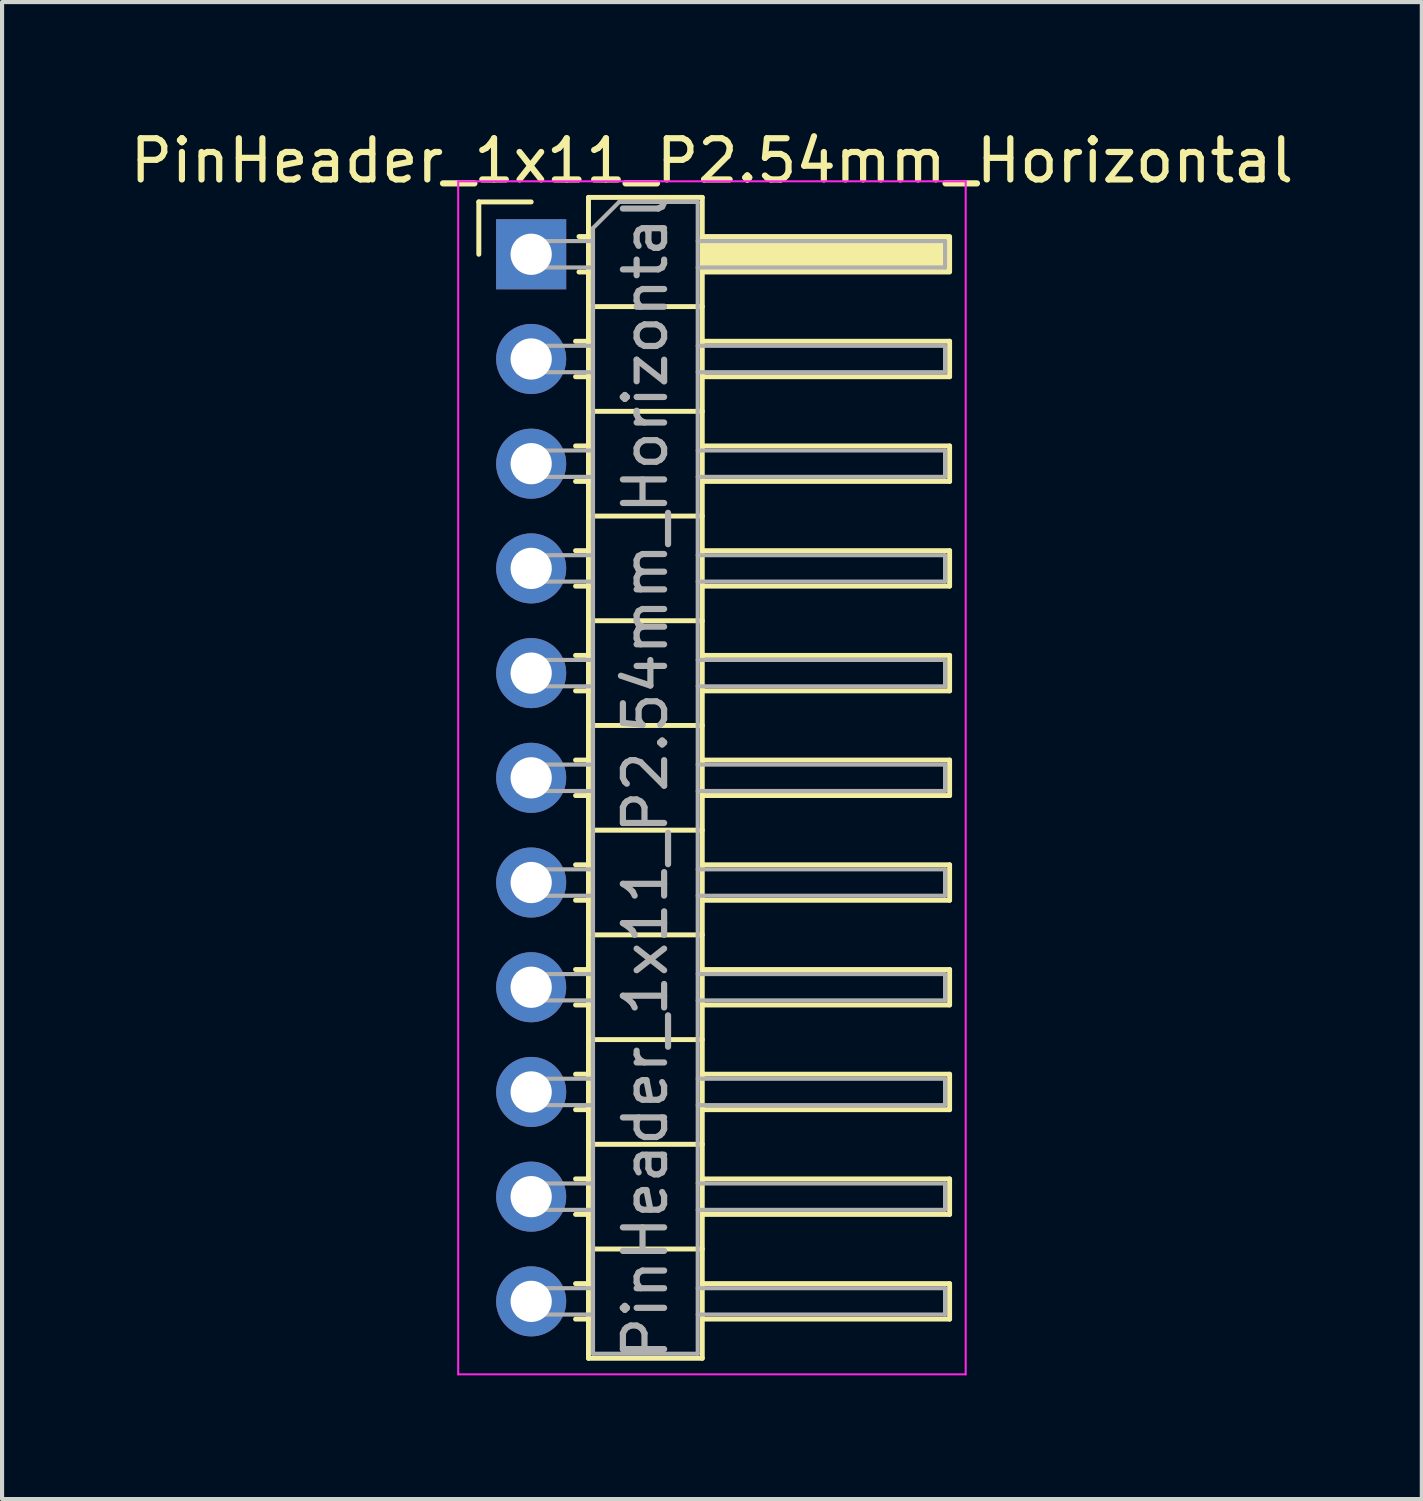
<source format=kicad_pcb>
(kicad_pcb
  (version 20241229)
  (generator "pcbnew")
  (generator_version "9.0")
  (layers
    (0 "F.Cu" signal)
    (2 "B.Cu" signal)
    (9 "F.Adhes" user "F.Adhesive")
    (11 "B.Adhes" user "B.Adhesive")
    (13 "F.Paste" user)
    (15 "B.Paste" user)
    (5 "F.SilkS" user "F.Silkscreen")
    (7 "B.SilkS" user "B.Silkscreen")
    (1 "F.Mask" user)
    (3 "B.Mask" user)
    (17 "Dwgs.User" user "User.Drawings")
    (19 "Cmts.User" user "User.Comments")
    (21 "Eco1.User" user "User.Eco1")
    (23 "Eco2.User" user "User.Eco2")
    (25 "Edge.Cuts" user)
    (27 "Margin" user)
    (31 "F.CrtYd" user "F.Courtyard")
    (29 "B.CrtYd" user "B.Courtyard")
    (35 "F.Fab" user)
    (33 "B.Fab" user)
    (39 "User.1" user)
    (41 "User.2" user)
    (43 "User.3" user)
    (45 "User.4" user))
  (footprint "PinHeader_1x11_P2.54mm_Horizontal"
    (layer "F.Cu")
    (at 9.835 3.118)
    (property "Reference" "PinHeader_1x11_P2.54mm_Horizontal" (at 4.385 -2.27 0) (layer "F.SilkS") (effects (font (size 1 1) (thickness 0.15))))
    (attr through_hole)
    (fp_line (start -1.27 -1.27) (end 0 -1.27) (stroke (width 0.12) (type solid)) (layer "F.SilkS"))
    (fp_line (start -1.27 0) (end -1.27 -1.27) (stroke (width 0.12) (type solid)) (layer "F.SilkS"))
    (fp_line (start 1.077 2.11) (end 1.39 2.11) (stroke (width 0.12) (type solid)) (layer "F.SilkS"))
    (fp_line (start 1.077 2.97) (end 1.39 2.97) (stroke (width 0.12) (type solid)) (layer "F.SilkS"))
    (fp_line (start 1.077 4.65) (end 1.39 4.65) (stroke (width 0.12) (type solid)) (layer "F.SilkS"))
    (fp_line (start 1.077 5.51) (end 1.39 5.51) (stroke (width 0.12) (type solid)) (layer "F.SilkS"))
    (fp_line (start 1.077 7.19) (end 1.39 7.19) (stroke (width 0.12) (type solid)) (layer "F.SilkS"))
    (fp_line (start 1.077 8.05) (end 1.39 8.05) (stroke (width 0.12) (type solid)) (layer "F.SilkS"))
    (fp_line (start 1.077 9.73) (end 1.39 9.73) (stroke (width 0.12) (type solid)) (layer "F.SilkS"))
    (fp_line (start 1.077 10.59) (end 1.39 10.59) (stroke (width 0.12) (type solid)) (layer "F.SilkS"))
    (fp_line (start 1.077 12.27) (end 1.39 12.27) (stroke (width 0.12) (type solid)) (layer "F.SilkS"))
    (fp_line (start 1.077 13.13) (end 1.39 13.13) (stroke (width 0.12) (type solid)) (layer "F.SilkS"))
    (fp_line (start 1.077 14.81) (end 1.39 14.81) (stroke (width 0.12) (type solid)) (layer "F.SilkS"))
    (fp_line (start 1.077 15.67) (end 1.39 15.67) (stroke (width 0.12) (type solid)) (layer "F.SilkS"))
    (fp_line (start 1.077 17.35) (end 1.39 17.35) (stroke (width 0.12) (type solid)) (layer "F.SilkS"))
    (fp_line (start 1.077 18.21) (end 1.39 18.21) (stroke (width 0.12) (type solid)) (layer "F.SilkS"))
    (fp_line (start 1.077 19.89) (end 1.39 19.89) (stroke (width 0.12) (type solid)) (layer "F.SilkS"))
    (fp_line (start 1.077 20.75) (end 1.39 20.75) (stroke (width 0.12) (type solid)) (layer "F.SilkS"))
    (fp_line (start 1.077 22.43) (end 1.39 22.43) (stroke (width 0.12) (type solid)) (layer "F.SilkS"))
    (fp_line (start 1.077 23.29) (end 1.39 23.29) (stroke (width 0.12) (type solid)) (layer "F.SilkS"))
    (fp_line (start 1.077 24.97) (end 1.39 24.97) (stroke (width 0.12) (type solid)) (layer "F.SilkS"))
    (fp_line (start 1.077 25.83) (end 1.39 25.83) (stroke (width 0.12) (type solid)) (layer "F.SilkS"))
    (fp_line (start 1.16 -0.43) (end 1.39 -0.43) (stroke (width 0.12) (type solid)) (layer "F.SilkS"))
    (fp_line (start 1.16 0.43) (end 1.39 0.43) (stroke (width 0.12) (type solid)) (layer "F.SilkS"))
    (fp_line (start 1.39 -1.38) (end 1.39 26.78) (stroke (width 0.12) (type solid)) (layer "F.SilkS"))
    (fp_line (start 1.39 1.27) (end 4.15 1.27) (stroke (width 0.12) (type solid)) (layer "F.SilkS"))
    (fp_line (start 1.39 3.81) (end 4.15 3.81) (stroke (width 0.12) (type solid)) (layer "F.SilkS"))
    (fp_line (start 1.39 6.35) (end 4.15 6.35) (stroke (width 0.12) (type solid)) (layer "F.SilkS"))
    (fp_line (start 1.39 8.89) (end 4.15 8.89) (stroke (width 0.12) (type solid)) (layer "F.SilkS"))
    (fp_line (start 1.39 11.43) (end 4.15 11.43) (stroke (width 0.12) (type solid)) (layer "F.SilkS"))
    (fp_line (start 1.39 13.97) (end 4.15 13.97) (stroke (width 0.12) (type solid)) (layer "F.SilkS"))
    (fp_line (start 1.39 16.51) (end 4.15 16.51) (stroke (width 0.12) (type solid)) (layer "F.SilkS"))
    (fp_line (start 1.39 19.05) (end 4.15 19.05) (stroke (width 0.12) (type solid)) (layer "F.SilkS"))
    (fp_line (start 1.39 21.59) (end 4.15 21.59) (stroke (width 0.12) (type solid)) (layer "F.SilkS"))
    (fp_line (start 1.39 24.13) (end 4.15 24.13) (stroke (width 0.12) (type solid)) (layer "F.SilkS"))
    (fp_line (start 1.39 26.78) (end 4.15 26.78) (stroke (width 0.12) (type solid)) (layer "F.SilkS"))
    (fp_line (start 4.15 -1.38) (end 1.39 -1.38) (stroke (width 0.12) (type solid)) (layer "F.SilkS"))
    (fp_line (start 4.15 2.11) (end 10.15 2.11) (stroke (width 0.12) (type solid)) (layer "F.SilkS"))
    (fp_line (start 4.15 4.65) (end 10.15 4.65) (stroke (width 0.12) (type solid)) (layer "F.SilkS"))
    (fp_line (start 4.15 7.19) (end 10.15 7.19) (stroke (width 0.12) (type solid)) (layer "F.SilkS"))
    (fp_line (start 4.15 9.73) (end 10.15 9.73) (stroke (width 0.12) (type solid)) (layer "F.SilkS"))
    (fp_line (start 4.15 12.27) (end 10.15 12.27) (stroke (width 0.12) (type solid)) (layer "F.SilkS"))
    (fp_line (start 4.15 14.81) (end 10.15 14.81) (stroke (width 0.12) (type solid)) (layer "F.SilkS"))
    (fp_line (start 4.15 17.35) (end 10.15 17.35) (stroke (width 0.12) (type solid)) (layer "F.SilkS"))
    (fp_line (start 4.15 19.89) (end 10.15 19.89) (stroke (width 0.12) (type solid)) (layer "F.SilkS"))
    (fp_line (start 4.15 22.43) (end 10.15 22.43) (stroke (width 0.12) (type solid)) (layer "F.SilkS"))
    (fp_line (start 4.15 24.97) (end 10.15 24.97) (stroke (width 0.12) (type solid)) (layer "F.SilkS"))
    (fp_line (start 4.15 26.78) (end 4.15 -1.38) (stroke (width 0.12) (type solid)) (layer "F.SilkS"))
    (fp_line (start 10.15 2.11) (end 10.15 2.97) (stroke (width 0.12) (type solid)) (layer "F.SilkS"))
    (fp_line (start 10.15 2.97) (end 4.15 2.97) (stroke (width 0.12) (type solid)) (layer "F.SilkS"))
    (fp_line (start 10.15 4.65) (end 10.15 5.51) (stroke (width 0.12) (type solid)) (layer "F.SilkS"))
    (fp_line (start 10.15 5.51) (end 4.15 5.51) (stroke (width 0.12) (type solid)) (layer "F.SilkS"))
    (fp_line (start 10.15 7.19) (end 10.15 8.05) (stroke (width 0.12) (type solid)) (layer "F.SilkS"))
    (fp_line (start 10.15 8.05) (end 4.15 8.05) (stroke (width 0.12) (type solid)) (layer "F.SilkS"))
    (fp_line (start 10.15 9.73) (end 10.15 10.59) (stroke (width 0.12) (type solid)) (layer "F.SilkS"))
    (fp_line (start 10.15 10.59) (end 4.15 10.59) (stroke (width 0.12) (type solid)) (layer "F.SilkS"))
    (fp_line (start 10.15 12.27) (end 10.15 13.13) (stroke (width 0.12) (type solid)) (layer "F.SilkS"))
    (fp_line (start 10.15 13.13) (end 4.15 13.13) (stroke (width 0.12) (type solid)) (layer "F.SilkS"))
    (fp_line (start 10.15 14.81) (end 10.15 15.67) (stroke (width 0.12) (type solid)) (layer "F.SilkS"))
    (fp_line (start 10.15 15.67) (end 4.15 15.67) (stroke (width 0.12) (type solid)) (layer "F.SilkS"))
    (fp_line (start 10.15 17.35) (end 10.15 18.21) (stroke (width 0.12) (type solid)) (layer "F.SilkS"))
    (fp_line (start 10.15 18.21) (end 4.15 18.21) (stroke (width 0.12) (type solid)) (layer "F.SilkS"))
    (fp_line (start 10.15 19.89) (end 10.15 20.75) (stroke (width 0.12) (type solid)) (layer "F.SilkS"))
    (fp_line (start 10.15 20.75) (end 4.15 20.75) (stroke (width 0.12) (type solid)) (layer "F.SilkS"))
    (fp_line (start 10.15 22.43) (end 10.15 23.29) (stroke (width 0.12) (type solid)) (layer "F.SilkS"))
    (fp_line (start 10.15 23.29) (end 4.15 23.29) (stroke (width 0.12) (type solid)) (layer "F.SilkS"))
    (fp_line (start 10.15 24.97) (end 10.15 25.83) (stroke (width 0.12) (type solid)) (layer "F.SilkS"))
    (fp_line (start 10.15 25.83) (end 4.15 25.83) (stroke (width 0.12) (type solid)) (layer "F.SilkS"))
    (fp_rect (start 4.15 -0.43) (end 10.15 0.43) (stroke (width 0.12) (type solid)) (fill yes) (layer "F.SilkS"))
    (fp_line (start -1.77 -1.77) (end -1.77 27.17) (stroke (width 0.05) (type solid)) (layer "F.CrtYd"))
    (fp_line (start -1.77 27.17) (end 10.54 27.17) (stroke (width 0.05) (type solid)) (layer "F.CrtYd"))
    (fp_line (start 10.54 -1.77) (end -1.77 -1.77) (stroke (width 0.05) (type solid)) (layer "F.CrtYd"))
    (fp_line (start 10.54 27.17) (end 10.54 -1.77) (stroke (width 0.05) (type solid)) (layer "F.CrtYd"))
    (fp_line (start -0.32 -0.32) (end -0.32 0.32) (stroke (width 0.1) (type solid)) (layer "F.Fab"))
    (fp_line (start -0.32 -0.32) (end 1.5 -0.32) (stroke (width 0.1) (type solid)) (layer "F.Fab"))
    (fp_line (start -0.32 0.32) (end 1.5 0.32) (stroke (width 0.1) (type solid)) (layer "F.Fab"))
    (fp_line (start -0.32 2.22) (end -0.32 2.86) (stroke (width 0.1) (type solid)) (layer "F.Fab"))
    (fp_line (start -0.32 2.22) (end 1.5 2.22) (stroke (width 0.1) (type solid)) (layer "F.Fab"))
    (fp_line (start -0.32 2.86) (end 1.5 2.86) (stroke (width 0.1) (type solid)) (layer "F.Fab"))
    (fp_line (start -0.32 4.76) (end -0.32 5.4) (stroke (width 0.1) (type solid)) (layer "F.Fab"))
    (fp_line (start -0.32 4.76) (end 1.5 4.76) (stroke (width 0.1) (type solid)) (layer "F.Fab"))
    (fp_line (start -0.32 5.4) (end 1.5 5.4) (stroke (width 0.1) (type solid)) (layer "F.Fab"))
    (fp_line (start -0.32 7.3) (end -0.32 7.94) (stroke (width 0.1) (type solid)) (layer "F.Fab"))
    (fp_line (start -0.32 7.3) (end 1.5 7.3) (stroke (width 0.1) (type solid)) (layer "F.Fab"))
    (fp_line (start -0.32 7.94) (end 1.5 7.94) (stroke (width 0.1) (type solid)) (layer "F.Fab"))
    (fp_line (start -0.32 9.84) (end -0.32 10.48) (stroke (width 0.1) (type solid)) (layer "F.Fab"))
    (fp_line (start -0.32 9.84) (end 1.5 9.84) (stroke (width 0.1) (type solid)) (layer "F.Fab"))
    (fp_line (start -0.32 10.48) (end 1.5 10.48) (stroke (width 0.1) (type solid)) (layer "F.Fab"))
    (fp_line (start -0.32 12.38) (end -0.32 13.02) (stroke (width 0.1) (type solid)) (layer "F.Fab"))
    (fp_line (start -0.32 12.38) (end 1.5 12.38) (stroke (width 0.1) (type solid)) (layer "F.Fab"))
    (fp_line (start -0.32 13.02) (end 1.5 13.02) (stroke (width 0.1) (type solid)) (layer "F.Fab"))
    (fp_line (start -0.32 14.92) (end -0.32 15.56) (stroke (width 0.1) (type solid)) (layer "F.Fab"))
    (fp_line (start -0.32 14.92) (end 1.5 14.92) (stroke (width 0.1) (type solid)) (layer "F.Fab"))
    (fp_line (start -0.32 15.56) (end 1.5 15.56) (stroke (width 0.1) (type solid)) (layer "F.Fab"))
    (fp_line (start -0.32 17.46) (end -0.32 18.1) (stroke (width 0.1) (type solid)) (layer "F.Fab"))
    (fp_line (start -0.32 17.46) (end 1.5 17.46) (stroke (width 0.1) (type solid)) (layer "F.Fab"))
    (fp_line (start -0.32 18.1) (end 1.5 18.1) (stroke (width 0.1) (type solid)) (layer "F.Fab"))
    (fp_line (start -0.32 20) (end -0.32 20.64) (stroke (width 0.1) (type solid)) (layer "F.Fab"))
    (fp_line (start -0.32 20) (end 1.5 20) (stroke (width 0.1) (type solid)) (layer "F.Fab"))
    (fp_line (start -0.32 20.64) (end 1.5 20.64) (stroke (width 0.1) (type solid)) (layer "F.Fab"))
    (fp_line (start -0.32 22.54) (end -0.32 23.18) (stroke (width 0.1) (type solid)) (layer "F.Fab"))
    (fp_line (start -0.32 22.54) (end 1.5 22.54) (stroke (width 0.1) (type solid)) (layer "F.Fab"))
    (fp_line (start -0.32 23.18) (end 1.5 23.18) (stroke (width 0.1) (type solid)) (layer "F.Fab"))
    (fp_line (start -0.32 25.08) (end -0.32 25.72) (stroke (width 0.1) (type solid)) (layer "F.Fab"))
    (fp_line (start -0.32 25.08) (end 1.5 25.08) (stroke (width 0.1) (type solid)) (layer "F.Fab"))
    (fp_line (start -0.32 25.72) (end 1.5 25.72) (stroke (width 0.1) (type solid)) (layer "F.Fab"))
    (fp_line (start 1.5 -0.635) (end 2.135 -1.27) (stroke (width 0.1) (type solid)) (layer "F.Fab"))
    (fp_line (start 1.5 26.67) (end 1.5 -0.635) (stroke (width 0.1) (type solid)) (layer "F.Fab"))
    (fp_line (start 2.135 -1.27) (end 4.04 -1.27) (stroke (width 0.1) (type solid)) (layer "F.Fab"))
    (fp_line (start 4.04 -1.27) (end 4.04 26.67) (stroke (width 0.1) (type solid)) (layer "F.Fab"))
    (fp_line (start 4.04 -0.32) (end 10.04 -0.32) (stroke (width 0.1) (type solid)) (layer "F.Fab"))
    (fp_line (start 4.04 0.32) (end 10.04 0.32) (stroke (width 0.1) (type solid)) (layer "F.Fab"))
    (fp_line (start 4.04 2.22) (end 10.04 2.22) (stroke (width 0.1) (type solid)) (layer "F.Fab"))
    (fp_line (start 4.04 2.86) (end 10.04 2.86) (stroke (width 0.1) (type solid)) (layer "F.Fab"))
    (fp_line (start 4.04 4.76) (end 10.04 4.76) (stroke (width 0.1) (type solid)) (layer "F.Fab"))
    (fp_line (start 4.04 5.4) (end 10.04 5.4) (stroke (width 0.1) (type solid)) (layer "F.Fab"))
    (fp_line (start 4.04 7.3) (end 10.04 7.3) (stroke (width 0.1) (type solid)) (layer "F.Fab"))
    (fp_line (start 4.04 7.94) (end 10.04 7.94) (stroke (width 0.1) (type solid)) (layer "F.Fab"))
    (fp_line (start 4.04 9.84) (end 10.04 9.84) (stroke (width 0.1) (type solid)) (layer "F.Fab"))
    (fp_line (start 4.04 10.48) (end 10.04 10.48) (stroke (width 0.1) (type solid)) (layer "F.Fab"))
    (fp_line (start 4.04 12.38) (end 10.04 12.38) (stroke (width 0.1) (type solid)) (layer "F.Fab"))
    (fp_line (start 4.04 13.02) (end 10.04 13.02) (stroke (width 0.1) (type solid)) (layer "F.Fab"))
    (fp_line (start 4.04 14.92) (end 10.04 14.92) (stroke (width 0.1) (type solid)) (layer "F.Fab"))
    (fp_line (start 4.04 15.56) (end 10.04 15.56) (stroke (width 0.1) (type solid)) (layer "F.Fab"))
    (fp_line (start 4.04 17.46) (end 10.04 17.46) (stroke (width 0.1) (type solid)) (layer "F.Fab"))
    (fp_line (start 4.04 18.1) (end 10.04 18.1) (stroke (width 0.1) (type solid)) (layer "F.Fab"))
    (fp_line (start 4.04 20) (end 10.04 20) (stroke (width 0.1) (type solid)) (layer "F.Fab"))
    (fp_line (start 4.04 20.64) (end 10.04 20.64) (stroke (width 0.1) (type solid)) (layer "F.Fab"))
    (fp_line (start 4.04 22.54) (end 10.04 22.54) (stroke (width 0.1) (type solid)) (layer "F.Fab"))
    (fp_line (start 4.04 23.18) (end 10.04 23.18) (stroke (width 0.1) (type solid)) (layer "F.Fab"))
    (fp_line (start 4.04 25.08) (end 10.04 25.08) (stroke (width 0.1) (type solid)) (layer "F.Fab"))
    (fp_line (start 4.04 25.72) (end 10.04 25.72) (stroke (width 0.1) (type solid)) (layer "F.Fab"))
    (fp_line (start 4.04 26.67) (end 1.5 26.67) (stroke (width 0.1) (type solid)) (layer "F.Fab"))
    (fp_line (start 10.04 -0.32) (end 10.04 0.32) (stroke (width 0.1) (type solid)) (layer "F.Fab"))
    (fp_line (start 10.04 2.22) (end 10.04 2.86) (stroke (width 0.1) (type solid)) (layer "F.Fab"))
    (fp_line (start 10.04 4.76) (end 10.04 5.4) (stroke (width 0.1) (type solid)) (layer "F.Fab"))
    (fp_line (start 10.04 7.3) (end 10.04 7.94) (stroke (width 0.1) (type solid)) (layer "F.Fab"))
    (fp_line (start 10.04 9.84) (end 10.04 10.48) (stroke (width 0.1) (type solid)) (layer "F.Fab"))
    (fp_line (start 10.04 12.38) (end 10.04 13.02) (stroke (width 0.1) (type solid)) (layer "F.Fab"))
    (fp_line (start 10.04 14.92) (end 10.04 15.56) (stroke (width 0.1) (type solid)) (layer "F.Fab"))
    (fp_line (start 10.04 17.46) (end 10.04 18.1) (stroke (width 0.1) (type solid)) (layer "F.Fab"))
    (fp_line (start 10.04 20) (end 10.04 20.64) (stroke (width 0.1) (type solid)) (layer "F.Fab"))
    (fp_line (start 10.04 22.54) (end 10.04 23.18) (stroke (width 0.1) (type solid)) (layer "F.Fab"))
    (fp_line (start 10.04 25.08) (end 10.04 25.72) (stroke (width 0.1) (type solid)) (layer "F.Fab"))
    (fp_text user "${REFERENCE}" (at 2.77 12.7 90) (layer "F.Fab") (effects (font (size 1 1) (thickness 0.15))))
    (pad "1" thru_hole rect (at 0 0) (size 1.7 1.7) (drill 1) (layers "*.Cu" "*.Mask"))
    (pad "2" thru_hole circle (at 0 2.54) (size 1.7 1.7) (drill 1) (layers "*.Cu" "*.Mask"))
    (pad "3" thru_hole circle (at 0 5.08) (size 1.7 1.7) (drill 1) (layers "*.Cu" "*.Mask"))
    (pad "4" thru_hole circle (at 0 7.62) (size 1.7 1.7) (drill 1) (layers "*.Cu" "*.Mask"))
    (pad "5" thru_hole circle (at 0 10.16) (size 1.7 1.7) (drill 1) (layers "*.Cu" "*.Mask"))
    (pad "6" thru_hole circle (at 0 12.7) (size 1.7 1.7) (drill 1) (layers "*.Cu" "*.Mask"))
    (pad "7" thru_hole circle (at 0 15.24) (size 1.7 1.7) (drill 1) (layers "*.Cu" "*.Mask"))
    (pad "8" thru_hole circle (at 0 17.78) (size 1.7 1.7) (drill 1) (layers "*.Cu" "*.Mask"))
    (pad "9" thru_hole circle (at 0 20.32) (size 1.7 1.7) (drill 1) (layers "*.Cu" "*.Mask"))
    (pad "10" thru_hole circle (at 0 22.86) (size 1.7 1.7) (drill 1) (layers "*.Cu" "*.Mask"))
    (pad "11" thru_hole circle (at 0 25.4) (size 1.7 1.7) (drill 1) (layers "*.Cu" "*.Mask")))
  (gr_rect
    (start -3 -3)
    (end 31.44 33.313)
    (stroke (width 0.1) (type default))
    (fill no)
    (layer "Edge.Cuts")))
</source>
